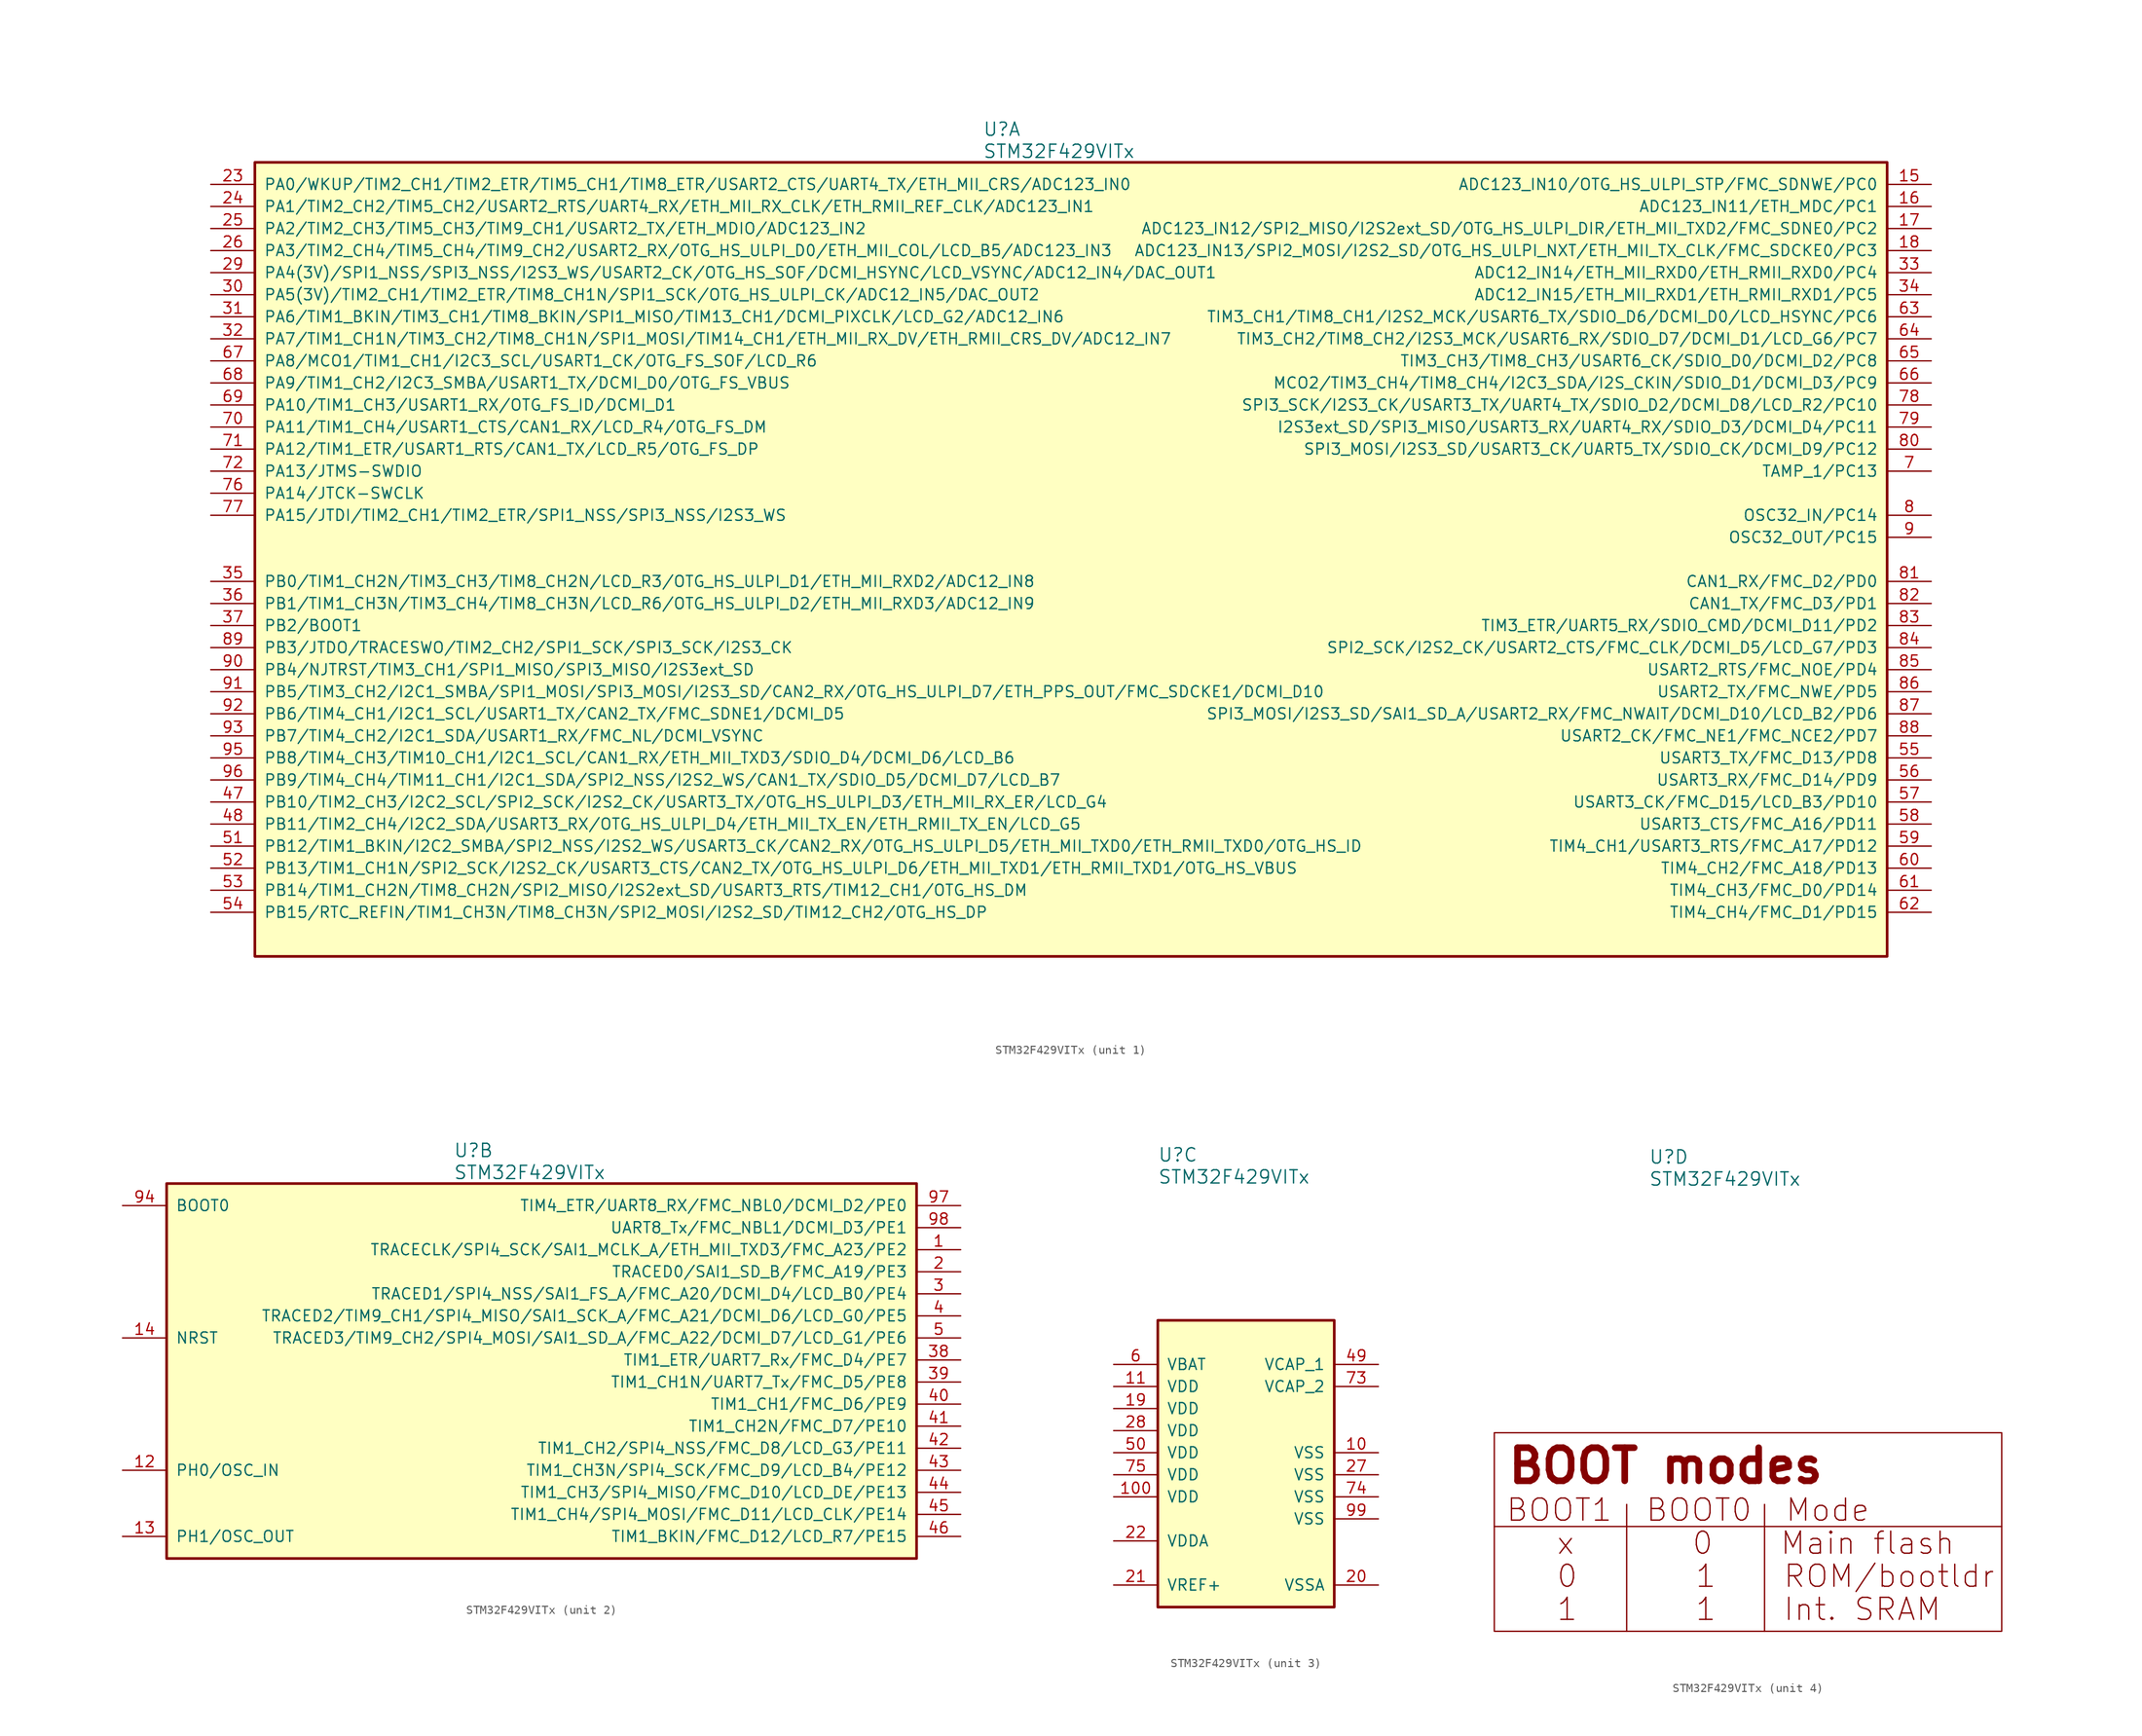
<source format=kicad_sym>
(kicad_symbol_lib
  (version 20211014)
  (generator kicad_symbol_editor)
  (symbol "STM32F429VITx"
    (pin_names
      (offset 1.016))
    (property "Reference" "U"
      (at -10.16 46.99 0)
      (effects (font (size 1.524 1.524)) (justify left)))
    (property "Value" "STM32F429VITx"
      (at -10.16 44.45 0)
      (effects (font (size 1.524 1.524)) (justify left)))
    (property "ki_locked" ""
      (at 0 0 0)
      (effects (font (size 1.27 1.27))))
    (symbol "STM32F429VITx_1_1"
      (rectangle (start -93.98 43.18) (end 93.98 -48.26) (stroke (width 0.305) (type default) (color 0 0 0 0)) (fill (type background)))
      (pin bidirectional line (at 99.06 40.64 180) (length 5.08) (name "ADC123_IN10/OTG_HS_ULPI_STP/FMC_SDNWE/PC0" (effects (font (size 1.27 1.27)))) (number "15" (effects (font (size 1.27 1.27)))))
      (pin bidirectional line (at 99.06 38.1 180) (length 5.08) (name "ADC123_IN11/ETH_MDC/PC1" (effects (font (size 1.27 1.27)))) (number "16" (effects (font (size 1.27 1.27)))))
      (pin bidirectional line (at 99.06 35.56 180) (length 5.08) (name "ADC123_IN12/SPI2_MISO/I2S2ext_SD/OTG_HS_ULPI_DIR/ETH_MII_TXD2/FMC_SDNE0/PC2" (effects (font (size 1.27 1.27)))) (number "17" (effects (font (size 1.27 1.27)))))
      (pin bidirectional line (at 99.06 33.02 180) (length 5.08) (name "ADC123_IN13/SPI2_MOSI/I2S2_SD/OTG_HS_ULPI_NXT/ETH_MII_TX_CLK/FMC_SDCKE0/PC3" (effects (font (size 1.27 1.27)))) (number "18" (effects (font (size 1.27 1.27)))))
      (pin bidirectional line (at -99.06 40.64 0) (length 5.08) (name "PA0/WKUP/TIM2_CH1/TIM2_ETR/TIM5_CH1/TIM8_ETR/USART2_CTS/UART4_TX/ETH_MII_CRS/ADC123_IN0" (effects (font (size 1.27 1.27)))) (number "23" (effects (font (size 1.27 1.27)))))
      (pin bidirectional line (at -99.06 38.1 0) (length 5.08) (name "PA1/TIM2_CH2/TIM5_CH2/USART2_RTS/UART4_RX/ETH_MII_RX_CLK/ETH_RMII_REF_CLK/ADC123_IN1" (effects (font (size 1.27 1.27)))) (number "24" (effects (font (size 1.27 1.27)))))
      (pin bidirectional line (at -99.06 35.56 0) (length 5.08) (name "PA2/TIM2_CH3/TIM5_CH3/TIM9_CH1/USART2_TX/ETH_MDIO/ADC123_IN2" (effects (font (size 1.27 1.27)))) (number "25" (effects (font (size 1.27 1.27)))))
      (pin bidirectional line (at -99.06 33.02 0) (length 5.08) (name "PA3/TIM2_CH4/TIM5_CH4/TIM9_CH2/USART2_RX/OTG_HS_ULPI_D0/ETH_MII_COL/LCD_B5/ADC123_IN3" (effects (font (size 1.27 1.27)))) (number "26" (effects (font (size 1.27 1.27)))))
      (pin bidirectional line (at -99.06 30.48 0) (length 5.08) (name "PA4(3V)/SPI1_NSS/SPI3_NSS/I2S3_WS/USART2_CK/OTG_HS_SOF/DCMI_HSYNC/LCD_VSYNC/ADC12_IN4/DAC_OUT1" (effects (font (size 1.27 1.27)))) (number "29" (effects (font (size 1.27 1.27)))))
      (pin bidirectional line (at -99.06 27.94 0) (length 5.08) (name "PA5(3V)/TIM2_CH1/TIM2_ETR/TIM8_CH1N/SPI1_SCK/OTG_HS_ULPI_CK/ADC12_IN5/DAC_OUT2" (effects (font (size 1.27 1.27)))) (number "30" (effects (font (size 1.27 1.27)))))
      (pin bidirectional line (at -99.06 25.4 0) (length 5.08) (name "PA6/TIM1_BKIN/TIM3_CH1/TIM8_BKIN/SPI1_MISO/TIM13_CH1/DCMI_PIXCLK/LCD_G2/ADC12_IN6" (effects (font (size 1.27 1.27)))) (number "31" (effects (font (size 1.27 1.27)))))
      (pin bidirectional line (at -99.06 22.86 0) (length 5.08) (name "PA7/TIM1_CH1N/TIM3_CH2/TIM8_CH1N/SPI1_MOSI/TIM14_CH1/ETH_MII_RX_DV/ETH_RMII_CRS_DV/ADC12_IN7" (effects (font (size 1.27 1.27)))) (number "32" (effects (font (size 1.27 1.27)))))
      (pin bidirectional line (at 99.06 30.48 180) (length 5.08) (name "ADC12_IN14/ETH_MII_RXD0/ETH_RMII_RXD0/PC4" (effects (font (size 1.27 1.27)))) (number "33" (effects (font (size 1.27 1.27)))))
      (pin bidirectional line (at 99.06 27.94 180) (length 5.08) (name "ADC12_IN15/ETH_MII_RXD1/ETH_RMII_RXD1/PC5" (effects (font (size 1.27 1.27)))) (number "34" (effects (font (size 1.27 1.27)))))
      (pin bidirectional line (at -99.06 -5.08 0) (length 5.08) (name "PB0/TIM1_CH2N/TIM3_CH3/TIM8_CH2N/LCD_R3/OTG_HS_ULPI_D1/ETH_MII_RXD2/ADC12_IN8" (effects (font (size 1.27 1.27)))) (number "35" (effects (font (size 1.27 1.27)))))
      (pin bidirectional line (at -99.06 -7.62 0) (length 5.08) (name "PB1/TIM1_CH3N/TIM3_CH4/TIM8_CH3N/LCD_R6/OTG_HS_ULPI_D2/ETH_MII_RXD3/ADC12_IN9" (effects (font (size 1.27 1.27)))) (number "36" (effects (font (size 1.27 1.27)))))
      (pin bidirectional line (at -99.06 -10.16 0) (length 5.08) (name "PB2/BOOT1" (effects (font (size 1.27 1.27)))) (number "37" (effects (font (size 1.27 1.27)))))
      (pin bidirectional line (at -99.06 -30.48 0) (length 5.08) (name "PB10/TIM2_CH3/I2C2_SCL/SPI2_SCK/I2S2_CK/USART3_TX/OTG_HS_ULPI_D3/ETH_MII_RX_ER/LCD_G4" (effects (font (size 1.27 1.27)))) (number "47" (effects (font (size 1.27 1.27)))))
      (pin bidirectional line (at -99.06 -33.02 0) (length 5.08) (name "PB11/TIM2_CH4/I2C2_SDA/USART3_RX/OTG_HS_ULPI_D4/ETH_MII_TX_EN/ETH_RMII_TX_EN/LCD_G5" (effects (font (size 1.27 1.27)))) (number "48" (effects (font (size 1.27 1.27)))))
      (pin bidirectional line (at -99.06 -35.56 0) (length 5.08) (name "PB12/TIM1_BKIN/I2C2_SMBA/SPI2_NSS/I2S2_WS/USART3_CK/CAN2_RX/OTG_HS_ULPI_D5/ETH_MII_TXD0/ETH_RMII_TXD0/OTG_HS_ID" (effects (font (size 1.27 1.27)))) (number "51" (effects (font (size 1.27 1.27)))))
      (pin bidirectional line (at -99.06 -38.1 0) (length 5.08) (name "PB13/TIM1_CH1N/SPI2_SCK/I2S2_CK/USART3_CTS/CAN2_TX/OTG_HS_ULPI_D6/ETH_MII_TXD1/ETH_RMII_TXD1/OTG_HS_VBUS" (effects (font (size 1.27 1.27)))) (number "52" (effects (font (size 1.27 1.27)))))
      (pin bidirectional line (at -99.06 -40.64 0) (length 5.08) (name "PB14/TIM1_CH2N/TIM8_CH2N/SPI2_MISO/I2S2ext_SD/USART3_RTS/TIM12_CH1/OTG_HS_DM" (effects (font (size 1.27 1.27)))) (number "53" (effects (font (size 1.27 1.27)))))
      (pin bidirectional line (at -99.06 -43.18 0) (length 5.08) (name "PB15/RTC_REFIN/TIM1_CH3N/TIM8_CH3N/SPI2_MOSI/I2S2_SD/TIM12_CH2/OTG_HS_DP" (effects (font (size 1.27 1.27)))) (number "54" (effects (font (size 1.27 1.27)))))
      (pin bidirectional line (at 99.06 -25.4 180) (length 5.08) (name "USART3_TX/FMC_D13/PD8" (effects (font (size 1.27 1.27)))) (number "55" (effects (font (size 1.27 1.27)))))
      (pin bidirectional line (at 99.06 -27.94 180) (length 5.08) (name "USART3_RX/FMC_D14/PD9" (effects (font (size 1.27 1.27)))) (number "56" (effects (font (size 1.27 1.27)))))
      (pin bidirectional line (at 99.06 -30.48 180) (length 5.08) (name "USART3_CK/FMC_D15/LCD_B3/PD10" (effects (font (size 1.27 1.27)))) (number "57" (effects (font (size 1.27 1.27)))))
      (pin bidirectional line (at 99.06 -33.02 180) (length 5.08) (name "USART3_CTS/FMC_A16/PD11" (effects (font (size 1.27 1.27)))) (number "58" (effects (font (size 1.27 1.27)))))
      (pin bidirectional line (at 99.06 -35.56 180) (length 5.08) (name "TIM4_CH1/USART3_RTS/FMC_A17/PD12" (effects (font (size 1.27 1.27)))) (number "59" (effects (font (size 1.27 1.27)))))
      (pin bidirectional line (at 99.06 -38.1 180) (length 5.08) (name "TIM4_CH2/FMC_A18/PD13" (effects (font (size 1.27 1.27)))) (number "60" (effects (font (size 1.27 1.27)))))
      (pin bidirectional line (at 99.06 -40.64 180) (length 5.08) (name "TIM4_CH3/FMC_D0/PD14" (effects (font (size 1.27 1.27)))) (number "61" (effects (font (size 1.27 1.27)))))
      (pin bidirectional line (at 99.06 -43.18 180) (length 5.08) (name "TIM4_CH4/FMC_D1/PD15" (effects (font (size 1.27 1.27)))) (number "62" (effects (font (size 1.27 1.27)))))
      (pin bidirectional line (at 99.06 25.4 180) (length 5.08) (name "TIM3_CH1/TIM8_CH1/I2S2_MCK/USART6_TX/SDIO_D6/DCMI_D0/LCD_HSYNC/PC6" (effects (font (size 1.27 1.27)))) (number "63" (effects (font (size 1.27 1.27)))))
      (pin bidirectional line (at 99.06 22.86 180) (length 5.08) (name "TIM3_CH2/TIM8_CH2/I2S3_MCK/USART6_RX/SDIO_D7/DCMI_D1/LCD_G6/PC7" (effects (font (size 1.27 1.27)))) (number "64" (effects (font (size 1.27 1.27)))))
      (pin bidirectional line (at 99.06 20.32 180) (length 5.08) (name "TIM3_CH3/TIM8_CH3/USART6_CK/SDIO_D0/DCMI_D2/PC8" (effects (font (size 1.27 1.27)))) (number "65" (effects (font (size 1.27 1.27)))))
      (pin bidirectional line (at 99.06 17.78 180) (length 5.08) (name "MCO2/TIM3_CH4/TIM8_CH4/I2C3_SDA/I2S_CKIN/SDIO_D1/DCMI_D3/PC9" (effects (font (size 1.27 1.27)))) (number "66" (effects (font (size 1.27 1.27)))))
      (pin bidirectional line (at -99.06 20.32 0) (length 5.08) (name "PA8/MCO1/TIM1_CH1/I2C3_SCL/USART1_CK/OTG_FS_SOF/LCD_R6" (effects (font (size 1.27 1.27)))) (number "67" (effects (font (size 1.27 1.27)))))
      (pin bidirectional line (at -99.06 17.78 0) (length 5.08) (name "PA9/TIM1_CH2/I2C3_SMBA/USART1_TX/DCMI_D0/OTG_FS_VBUS" (effects (font (size 1.27 1.27)))) (number "68" (effects (font (size 1.27 1.27)))))
      (pin bidirectional line (at -99.06 15.24 0) (length 5.08) (name "PA10/TIM1_CH3/USART1_RX/OTG_FS_ID/DCMI_D1" (effects (font (size 1.27 1.27)))) (number "69" (effects (font (size 1.27 1.27)))))
      (pin bidirectional line (at 99.06 7.62 180) (length 5.08) (name "TAMP_1/PC13" (effects (font (size 1.27 1.27)))) (number "7" (effects (font (size 1.27 1.27)))))
      (pin bidirectional line (at -99.06 12.7 0) (length 5.08) (name "PA11/TIM1_CH4/USART1_CTS/CAN1_RX/LCD_R4/OTG_FS_DM" (effects (font (size 1.27 1.27)))) (number "70" (effects (font (size 1.27 1.27)))))
      (pin bidirectional line (at -99.06 10.16 0) (length 5.08) (name "PA12/TIM1_ETR/USART1_RTS/CAN1_TX/LCD_R5/OTG_FS_DP" (effects (font (size 1.27 1.27)))) (number "71" (effects (font (size 1.27 1.27)))))
      (pin bidirectional line (at -99.06 7.62 0) (length 5.08) (name "PA13/JTMS-SWDIO" (effects (font (size 1.27 1.27)))) (number "72" (effects (font (size 1.27 1.27)))))
      (pin bidirectional line (at -99.06 5.08 0) (length 5.08) (name "PA14/JTCK-SWCLK" (effects (font (size 1.27 1.27)))) (number "76" (effects (font (size 1.27 1.27)))))
      (pin bidirectional line (at -99.06 2.54 0) (length 5.08) (name "PA15/JTDI/TIM2_CH1/TIM2_ETR/SPI1_NSS/SPI3_NSS/I2S3_WS" (effects (font (size 1.27 1.27)))) (number "77" (effects (font (size 1.27 1.27)))))
      (pin bidirectional line (at 99.06 15.24 180) (length 5.08) (name "SPI3_SCK/I2S3_CK/USART3_TX/UART4_TX/SDIO_D2/DCMI_D8/LCD_R2/PC10" (effects (font (size 1.27 1.27)))) (number "78" (effects (font (size 1.27 1.27)))))
      (pin bidirectional line (at 99.06 12.7 180) (length 5.08) (name "I2S3ext_SD/SPI3_MISO/USART3_RX/UART4_RX/SDIO_D3/DCMI_D4/PC11" (effects (font (size 1.27 1.27)))) (number "79" (effects (font (size 1.27 1.27)))))
      (pin bidirectional line (at 99.06 2.54 180) (length 5.08) (name "OSC32_IN/PC14" (effects (font (size 1.27 1.27)))) (number "8" (effects (font (size 1.27 1.27)))))
      (pin bidirectional line (at 99.06 10.16 180) (length 5.08) (name "SPI3_MOSI/I2S3_SD/USART3_CK/UART5_TX/SDIO_CK/DCMI_D9/PC12" (effects (font (size 1.27 1.27)))) (number "80" (effects (font (size 1.27 1.27)))))
      (pin bidirectional line (at 99.06 -5.08 180) (length 5.08) (name "CAN1_RX/FMC_D2/PD0" (effects (font (size 1.27 1.27)))) (number "81" (effects (font (size 1.27 1.27)))))
      (pin bidirectional line (at 99.06 -7.62 180) (length 5.08) (name "CAN1_TX/FMC_D3/PD1" (effects (font (size 1.27 1.27)))) (number "82" (effects (font (size 1.27 1.27)))))
      (pin bidirectional line (at 99.06 -10.16 180) (length 5.08) (name "TIM3_ETR/UART5_RX/SDIO_CMD/DCMI_D11/PD2" (effects (font (size 1.27 1.27)))) (number "83" (effects (font (size 1.27 1.27)))))
      (pin bidirectional line (at 99.06 -12.7 180) (length 5.08) (name "SPI2_SCK/I2S2_CK/USART2_CTS/FMC_CLK/DCMI_D5/LCD_G7/PD3" (effects (font (size 1.27 1.27)))) (number "84" (effects (font (size 1.27 1.27)))))
      (pin bidirectional line (at 99.06 -15.24 180) (length 5.08) (name "USART2_RTS/FMC_NOE/PD4" (effects (font (size 1.27 1.27)))) (number "85" (effects (font (size 1.27 1.27)))))
      (pin bidirectional line (at 99.06 -17.78 180) (length 5.08) (name "USART2_TX/FMC_NWE/PD5" (effects (font (size 1.27 1.27)))) (number "86" (effects (font (size 1.27 1.27)))))
      (pin bidirectional line (at 99.06 -20.32 180) (length 5.08) (name "SPI3_MOSI/I2S3_SD/SAI1_SD_A/USART2_RX/FMC_NWAIT/DCMI_D10/LCD_B2/PD6" (effects (font (size 1.27 1.27)))) (number "87" (effects (font (size 1.27 1.27)))))
      (pin bidirectional line (at 99.06 -22.86 180) (length 5.08) (name "USART2_CK/FMC_NE1/FMC_NCE2/PD7" (effects (font (size 1.27 1.27)))) (number "88" (effects (font (size 1.27 1.27)))))
      (pin bidirectional line (at -99.06 -12.7 0) (length 5.08) (name "PB3/JTDO/TRACESWO/TIM2_CH2/SPI1_SCK/SPI3_SCK/I2S3_CK" (effects (font (size 1.27 1.27)))) (number "89" (effects (font (size 1.27 1.27)))))
      (pin bidirectional line (at 99.06 0 180) (length 5.08) (name "OSC32_OUT/PC15" (effects (font (size 1.27 1.27)))) (number "9" (effects (font (size 1.27 1.27)))))
      (pin bidirectional line (at -99.06 -15.24 0) (length 5.08) (name "PB4/NJTRST/TIM3_CH1/SPI1_MISO/SPI3_MISO/I2S3ext_SD" (effects (font (size 1.27 1.27)))) (number "90" (effects (font (size 1.27 1.27)))))
      (pin bidirectional line (at -99.06 -17.78 0) (length 5.08) (name "PB5/TIM3_CH2/I2C1_SMBA/SPI1_MOSI/SPI3_MOSI/I2S3_SD/CAN2_RX/OTG_HS_ULPI_D7/ETH_PPS_OUT/FMC_SDCKE1/DCMI_D10" (effects (font (size 1.27 1.27)))) (number "91" (effects (font (size 1.27 1.27)))))
      (pin bidirectional line (at -99.06 -20.32 0) (length 5.08) (name "PB6/TIM4_CH1/I2C1_SCL/USART1_TX/CAN2_TX/FMC_SDNE1/DCMI_D5" (effects (font (size 1.27 1.27)))) (number "92" (effects (font (size 1.27 1.27)))))
      (pin bidirectional line (at -99.06 -22.86 0) (length 5.08) (name "PB7/TIM4_CH2/I2C1_SDA/USART1_RX/FMC_NL/DCMI_VSYNC" (effects (font (size 1.27 1.27)))) (number "93" (effects (font (size 1.27 1.27)))))
      (pin bidirectional line (at -99.06 -25.4 0) (length 5.08) (name "PB8/TIM4_CH3/TIM10_CH1/I2C1_SCL/CAN1_RX/ETH_MII_TXD3/SDIO_D4/DCMI_D6/LCD_B6" (effects (font (size 1.27 1.27)))) (number "95" (effects (font (size 1.27 1.27)))))
      (pin bidirectional line (at -99.06 -27.94 0) (length 5.08) (name "PB9/TIM4_CH4/TIM11_CH1/I2C1_SDA/SPI2_NSS/I2S2_WS/CAN1_TX/SDIO_D5/DCMI_D7/LCD_B7" (effects (font (size 1.27 1.27)))) (number "96" (effects (font (size 1.27 1.27))))))
    (symbol "STM32F429VITx_2_1"
      (rectangle (start -43.18 43.18) (end 43.18 0) (stroke (width 0.305) (type default) (color 0 0 0 0)) (fill (type background)))
      (pin bidirectional line (at 48.26 35.56 180) (length 5.08) (name "TRACECLK/SPI4_SCK/SAI1_MCLK_A/ETH_MII_TXD3/FMC_A23/PE2" (effects (font (size 1.27 1.27)))) (number "1" (effects (font (size 1.27 1.27)))))
      (pin input line (at -48.26 10.16 0) (length 5.08) (name "PH0/OSC_IN" (effects (font (size 1.27 1.27)))) (number "12" (effects (font (size 1.27 1.27)))))
      (pin input line (at -48.26 2.54 0) (length 5.08) (name "PH1/OSC_OUT" (effects (font (size 1.27 1.27)))) (number "13" (effects (font (size 1.27 1.27)))))
      (pin input line (at -48.26 25.4 0) (length 5.08) (name "NRST" (effects (font (size 1.27 1.27)))) (number "14" (effects (font (size 1.27 1.27)))))
      (pin bidirectional line (at 48.26 33.02 180) (length 5.08) (name "TRACED0/SAI1_SD_B/FMC_A19/PE3" (effects (font (size 1.27 1.27)))) (number "2" (effects (font (size 1.27 1.27)))))
      (pin bidirectional line (at 48.26 30.48 180) (length 5.08) (name "TRACED1/SPI4_NSS/SAI1_FS_A/FMC_A20/DCMI_D4/LCD_B0/PE4" (effects (font (size 1.27 1.27)))) (number "3" (effects (font (size 1.27 1.27)))))
      (pin bidirectional line (at 48.26 22.86 180) (length 5.08) (name "TIM1_ETR/UART7_Rx/FMC_D4/PE7" (effects (font (size 1.27 1.27)))) (number "38" (effects (font (size 1.27 1.27)))))
      (pin bidirectional line (at 48.26 20.32 180) (length 5.08) (name "TIM1_CH1N/UART7_Tx/FMC_D5/PE8" (effects (font (size 1.27 1.27)))) (number "39" (effects (font (size 1.27 1.27)))))
      (pin bidirectional line (at 48.26 27.94 180) (length 5.08) (name "TRACED2/TIM9_CH1/SPI4_MISO/SAI1_SCK_A/FMC_A21/DCMI_D6/LCD_G0/PE5" (effects (font (size 1.27 1.27)))) (number "4" (effects (font (size 1.27 1.27)))))
      (pin bidirectional line (at 48.26 17.78 180) (length 5.08) (name "TIM1_CH1/FMC_D6/PE9" (effects (font (size 1.27 1.27)))) (number "40" (effects (font (size 1.27 1.27)))))
      (pin bidirectional line (at 48.26 15.24 180) (length 5.08) (name "TIM1_CH2N/FMC_D7/PE10" (effects (font (size 1.27 1.27)))) (number "41" (effects (font (size 1.27 1.27)))))
      (pin bidirectional line (at 48.26 12.7 180) (length 5.08) (name "TIM1_CH2/SPI4_NSS/FMC_D8/LCD_G3/PE11" (effects (font (size 1.27 1.27)))) (number "42" (effects (font (size 1.27 1.27)))))
      (pin bidirectional line (at 48.26 10.16 180) (length 5.08) (name "TIM1_CH3N/SPI4_SCK/FMC_D9/LCD_B4/PE12" (effects (font (size 1.27 1.27)))) (number "43" (effects (font (size 1.27 1.27)))))
      (pin bidirectional line (at 48.26 7.62 180) (length 5.08) (name "TIM1_CH3/SPI4_MISO/FMC_D10/LCD_DE/PE13" (effects (font (size 1.27 1.27)))) (number "44" (effects (font (size 1.27 1.27)))))
      (pin bidirectional line (at 48.26 5.08 180) (length 5.08) (name "TIM1_CH4/SPI4_MOSI/FMC_D11/LCD_CLK/PE14" (effects (font (size 1.27 1.27)))) (number "45" (effects (font (size 1.27 1.27)))))
      (pin bidirectional line (at 48.26 2.54 180) (length 5.08) (name "TIM1_BKIN/FMC_D12/LCD_R7/PE15" (effects (font (size 1.27 1.27)))) (number "46" (effects (font (size 1.27 1.27)))))
      (pin bidirectional line (at 48.26 25.4 180) (length 5.08) (name "TRACED3/TIM9_CH2/SPI4_MOSI/SAI1_SD_A/FMC_A22/DCMI_D7/LCD_G1/PE6" (effects (font (size 1.27 1.27)))) (number "5" (effects (font (size 1.27 1.27)))))
      (pin input line (at -48.26 40.64 0) (length 5.08) (name "BOOT0" (effects (font (size 1.27 1.27)))) (number "94" (effects (font (size 1.27 1.27)))))
      (pin bidirectional line (at 48.26 40.64 180) (length 5.08) (name "TIM4_ETR/UART8_RX/FMC_NBL0/DCMI_D2/PE0" (effects (font (size 1.27 1.27)))) (number "97" (effects (font (size 1.27 1.27)))))
      (pin bidirectional line (at 48.26 38.1 180) (length 5.08) (name "UART8_Tx/FMC_NBL1/DCMI_D3/PE1" (effects (font (size 1.27 1.27)))) (number "98" (effects (font (size 1.27 1.27))))))
    (symbol "STM32F429VITx_3_1"
      (rectangle (start -10.16 27.94) (end 10.16 -5.08) (stroke (width 0.305) (type default) (color 0 0 0 0)) (fill (type background)))
      (pin power_in line (at 15.24 12.7 180) (length 5.08) (name "VSS" (effects (font (size 1.27 1.27)))) (number "10" (effects (font (size 1.27 1.27)))))
      (pin power_in line (at -15.24 7.62 0) (length 5.08) (name "VDD" (effects (font (size 1.27 1.27)))) (number "100" (effects (font (size 1.27 1.27)))))
      (pin power_in line (at -15.24 20.32 0) (length 5.08) (name "VDD" (effects (font (size 1.27 1.27)))) (number "11" (effects (font (size 1.27 1.27)))))
      (pin power_in line (at -15.24 17.78 0) (length 5.08) (name "VDD" (effects (font (size 1.27 1.27)))) (number "19" (effects (font (size 1.27 1.27)))))
      (pin power_in line (at 15.24 -2.54 180) (length 5.08) (name "VSSA" (effects (font (size 1.27 1.27)))) (number "20" (effects (font (size 1.27 1.27)))))
      (pin power_in line (at -15.24 -2.54 0) (length 5.08) (name "VREF+" (effects (font (size 1.27 1.27)))) (number "21" (effects (font (size 1.27 1.27)))))
      (pin power_in line (at -15.24 2.54 0) (length 5.08) (name "VDDA" (effects (font (size 1.27 1.27)))) (number "22" (effects (font (size 1.27 1.27)))))
      (pin power_in line (at 15.24 10.16 180) (length 5.08) (name "VSS" (effects (font (size 1.27 1.27)))) (number "27" (effects (font (size 1.27 1.27)))))
      (pin power_in line (at -15.24 15.24 0) (length 5.08) (name "VDD" (effects (font (size 1.27 1.27)))) (number "28" (effects (font (size 1.27 1.27)))))
      (pin power_out line (at 15.24 22.86 180) (length 5.08) (name "VCAP_1" (effects (font (size 1.27 1.27)))) (number "49" (effects (font (size 1.27 1.27)))))
      (pin power_in line (at -15.24 12.7 0) (length 5.08) (name "VDD" (effects (font (size 1.27 1.27)))) (number "50" (effects (font (size 1.27 1.27)))))
      (pin power_in line (at -15.24 22.86 0) (length 5.08) (name "VBAT" (effects (font (size 1.27 1.27)))) (number "6" (effects (font (size 1.27 1.27)))))
      (pin power_out line (at 15.24 20.32 180) (length 5.08) (name "VCAP_2" (effects (font (size 1.27 1.27)))) (number "73" (effects (font (size 1.27 1.27)))))
      (pin power_in line (at 15.24 7.62 180) (length 5.08) (name "VSS" (effects (font (size 1.27 1.27)))) (number "74" (effects (font (size 1.27 1.27)))))
      (pin power_in line (at -15.24 10.16 0) (length 5.08) (name "VDD" (effects (font (size 1.27 1.27)))) (number "75" (effects (font (size 1.27 1.27)))))
      (pin power_in line (at 15.24 5.08 180) (length 5.08) (name "VSS" (effects (font (size 1.27 1.27)))) (number "99" (effects (font (size 1.27 1.27))))))
    (symbol "STM32F429VITx_4_1"
      (rectangle (start -27.94 15.24) (end 30.48 -7.62) (stroke (width 0) (type default) (color 0 0 0 0)) (fill (type none)))
      (polyline (pts (xy -27.94 4.445) (xy 30.48 4.445)) (stroke (width 0) (type default) (color 0 0 0 0)) (fill (type none)))
      (polyline (pts (xy -12.7 6.985) (xy -12.7 -7.62)) (stroke (width 0) (type default) (color 0 0 0 0)) (fill (type none)))
      (polyline (pts (xy 3.175 6.985) (xy 3.175 -7.62)) (stroke (width 0) (type default) (color 0 0 0 0)) (fill (type none)))
      (text "   0       1    ROM/bootldr" (at -26.67 -1.27 0) (effects (font (size 2.54 2.54)) (justify left)))
      (text "   1       1    Int. SRAM" (at -26.67 -5.08 0) (effects (font (size 2.54 2.54)) (justify left)))
      (text "   x       0    Main flash" (at -26.67 2.54 0) (effects (font (size 2.54 2.54)) (justify left)))
      (text "BOOT modes" (at -26.67 11.43 0) (effects (font (size 3.81 3.81) bold) (justify left)))
      (text "BOOT1  BOOT0  Mode" (at -26.67 6.35 0) (effects (font (size 2.54 2.54)) (justify left))))))
</source>
